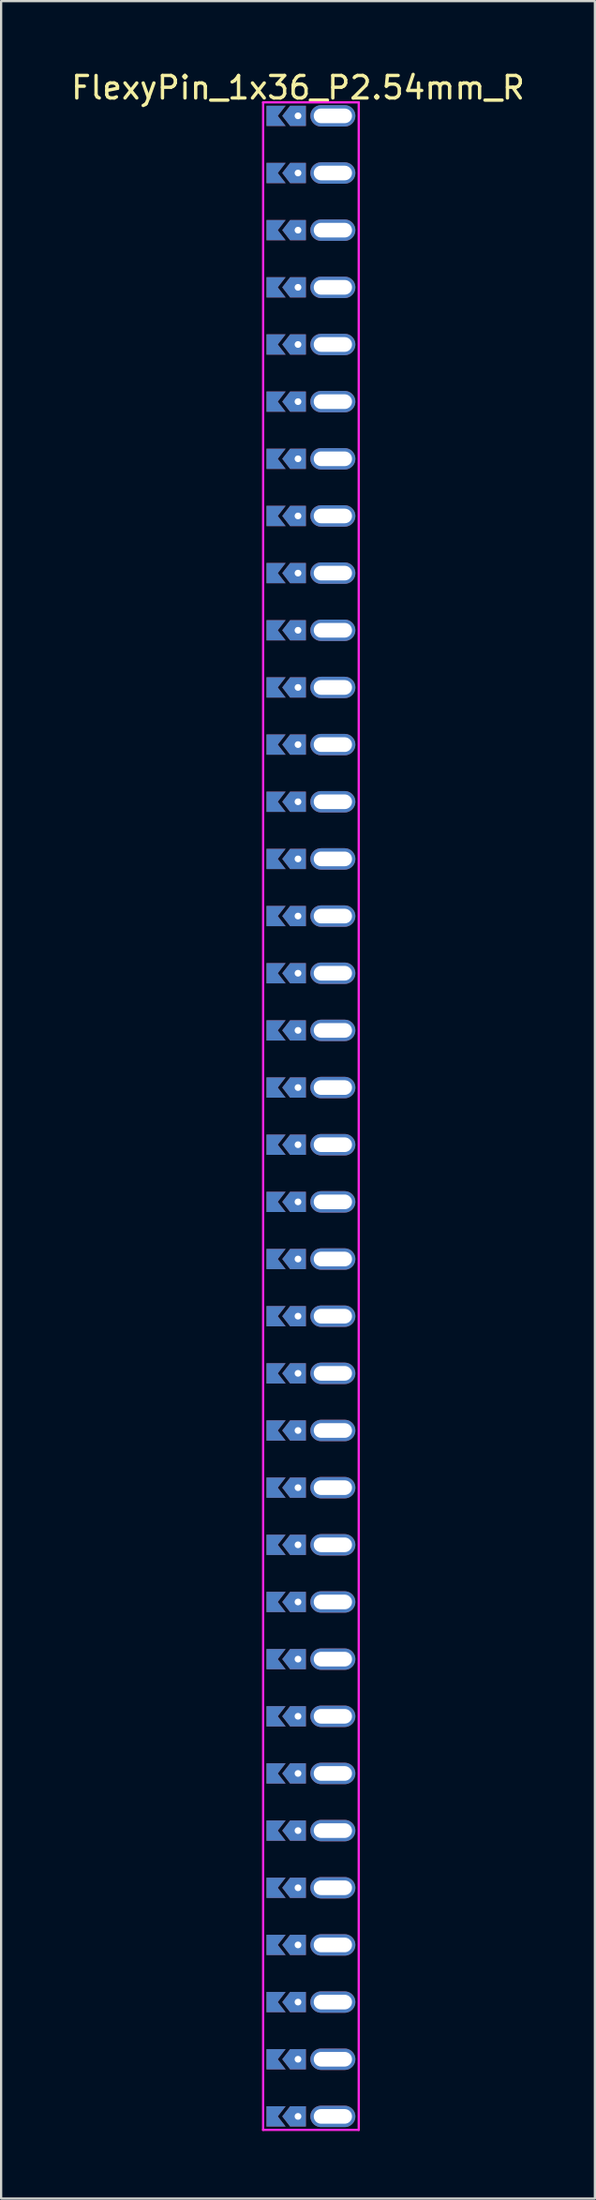
<source format=kicad_pcb>
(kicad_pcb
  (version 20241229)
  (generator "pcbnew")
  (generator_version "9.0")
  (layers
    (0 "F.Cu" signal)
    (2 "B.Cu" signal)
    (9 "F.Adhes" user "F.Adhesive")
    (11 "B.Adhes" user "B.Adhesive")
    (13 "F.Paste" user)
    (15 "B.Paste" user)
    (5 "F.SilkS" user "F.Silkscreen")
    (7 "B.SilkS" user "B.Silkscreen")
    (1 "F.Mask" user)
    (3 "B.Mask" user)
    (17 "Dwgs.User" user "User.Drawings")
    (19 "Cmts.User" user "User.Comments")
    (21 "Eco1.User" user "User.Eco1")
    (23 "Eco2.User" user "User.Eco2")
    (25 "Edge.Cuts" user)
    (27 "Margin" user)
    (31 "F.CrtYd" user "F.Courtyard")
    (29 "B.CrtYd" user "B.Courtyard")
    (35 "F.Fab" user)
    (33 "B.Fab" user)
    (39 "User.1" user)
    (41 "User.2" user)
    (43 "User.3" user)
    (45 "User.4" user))
  (footprint "FlexyPin_1x36_P2.54mm_R"
    (layer "F.Cu")
    (at 10.196 2.098)
    (property "Reference" "FlexyPin_1x36_P2.54mm_R" (at 0 -1.25 0) (layer "F.SilkS") (effects (font (size 1 1) (thickness 0.15))))
    (attr through_hole)
    (fp_line (start -1.55 -0.6) (end 2.7 -0.6) (stroke (width 0.1) (type solid)) (layer "F.CrtYd"))
    (fp_line (start -1.55 89.5) (end -1.55 -0.6) (stroke (width 0.1) (type solid)) (layer "F.CrtYd"))
    (fp_line (start 2.7 -0.6) (end 2.7 89.5) (stroke (width 0.1) (type solid)) (layer "F.CrtYd"))
    (fp_line (start 2.7 89.5) (end -1.55 89.5) (stroke (width 0.1) (type solid)) (layer "F.CrtYd"))
    (pad "" thru_hole custom (at 0 0) (size 0.3 0.3) (drill 0.6) (layers "*.Cu" "*.Mask") (options (anchor rect)) (primitives (gr_poly (pts (xy 0.35 0.45) (xy 0.35 -0.45) (xy -0.35 -0.45) (xy -0.7 0) (xy -0.35 0.45)) (width 0) (fill yes))))
    (pad "" thru_hole custom (at 0 2.54) (size 0.3 0.3) (drill 0.6) (layers "*.Cu" "*.Mask") (options (anchor rect)) (primitives (gr_poly (pts (xy 0.35 0.45) (xy 0.35 -0.45) (xy -0.35 -0.45) (xy -0.7 0) (xy -0.35 0.45)) (width 0) (fill yes))))
    (pad "" thru_hole custom (at 0 5.08) (size 0.3 0.3) (drill 0.6) (layers "*.Cu" "*.Mask") (options (anchor rect)) (primitives (gr_poly (pts (xy 0.35 0.45) (xy 0.35 -0.45) (xy -0.35 -0.45) (xy -0.7 0) (xy -0.35 0.45)) (width 0) (fill yes))))
    (pad "" thru_hole custom (at 0 7.62) (size 0.3 0.3) (drill 0.6) (layers "*.Cu" "*.Mask") (options (anchor rect)) (primitives (gr_poly (pts (xy 0.35 0.45) (xy 0.35 -0.45) (xy -0.35 -0.45) (xy -0.7 0) (xy -0.35 0.45)) (width 0) (fill yes))))
    (pad "" thru_hole custom (at 0 10.16) (size 0.3 0.3) (drill 0.6) (layers "*.Cu" "*.Mask") (options (anchor rect)) (primitives (gr_poly (pts (xy 0.35 0.45) (xy 0.35 -0.45) (xy -0.35 -0.45) (xy -0.7 0) (xy -0.35 0.45)) (width 0) (fill yes))))
    (pad "" thru_hole custom (at 0 12.7) (size 0.3 0.3) (drill 0.6) (layers "*.Cu" "*.Mask") (options (anchor rect)) (primitives (gr_poly (pts (xy 0.35 0.45) (xy 0.35 -0.45) (xy -0.35 -0.45) (xy -0.7 0) (xy -0.35 0.45)) (width 0) (fill yes))))
    (pad "" thru_hole custom (at 0 15.24) (size 0.3 0.3) (drill 0.6) (layers "*.Cu" "*.Mask") (options (anchor rect)) (primitives (gr_poly (pts (xy 0.35 0.45) (xy 0.35 -0.45) (xy -0.35 -0.45) (xy -0.7 0) (xy -0.35 0.45)) (width 0) (fill yes))))
    (pad "" thru_hole custom (at 0 17.78) (size 0.3 0.3) (drill 0.6) (layers "*.Cu" "*.Mask") (options (anchor rect)) (primitives (gr_poly (pts (xy 0.35 0.45) (xy 0.35 -0.45) (xy -0.35 -0.45) (xy -0.7 0) (xy -0.35 0.45)) (width 0) (fill yes))))
    (pad "" thru_hole custom (at 0 20.32) (size 0.3 0.3) (drill 0.6) (layers "*.Cu" "*.Mask") (options (anchor rect)) (primitives (gr_poly (pts (xy 0.35 0.45) (xy 0.35 -0.45) (xy -0.35 -0.45) (xy -0.7 0) (xy -0.35 0.45)) (width 0) (fill yes))))
    (pad "" thru_hole custom (at 0 22.86) (size 0.3 0.3) (drill 0.6) (layers "*.Cu" "*.Mask") (options (anchor rect)) (primitives (gr_poly (pts (xy 0.35 0.45) (xy 0.35 -0.45) (xy -0.35 -0.45) (xy -0.7 0) (xy -0.35 0.45)) (width 0) (fill yes))))
    (pad "" thru_hole custom (at 0 25.4) (size 0.3 0.3) (drill 0.6) (layers "*.Cu" "*.Mask") (options (anchor rect)) (primitives (gr_poly (pts (xy 0.35 0.45) (xy 0.35 -0.45) (xy -0.35 -0.45) (xy -0.7 0) (xy -0.35 0.45)) (width 0) (fill yes))))
    (pad "" thru_hole custom (at 0 27.94) (size 0.3 0.3) (drill 0.6) (layers "*.Cu" "*.Mask") (options (anchor rect)) (primitives (gr_poly (pts (xy 0.35 0.45) (xy 0.35 -0.45) (xy -0.35 -0.45) (xy -0.7 0) (xy -0.35 0.45)) (width 0) (fill yes))))
    (pad "" thru_hole custom (at 0 30.48) (size 0.3 0.3) (drill 0.6) (layers "*.Cu" "*.Mask") (options (anchor rect)) (primitives (gr_poly (pts (xy 0.35 0.45) (xy 0.35 -0.45) (xy -0.35 -0.45) (xy -0.7 0) (xy -0.35 0.45)) (width 0) (fill yes))))
    (pad "" thru_hole custom (at 0 33.02) (size 0.3 0.3) (drill 0.6) (layers "*.Cu" "*.Mask") (options (anchor rect)) (primitives (gr_poly (pts (xy 0.35 0.45) (xy 0.35 -0.45) (xy -0.35 -0.45) (xy -0.7 0) (xy -0.35 0.45)) (width 0) (fill yes))))
    (pad "" thru_hole custom (at 0 35.56) (size 0.3 0.3) (drill 0.6) (layers "*.Cu" "*.Mask") (options (anchor rect)) (primitives (gr_poly (pts (xy 0.35 0.45) (xy 0.35 -0.45) (xy -0.35 -0.45) (xy -0.7 0) (xy -0.35 0.45)) (width 0) (fill yes))))
    (pad "" thru_hole custom (at 0 38.1) (size 0.3 0.3) (drill 0.6) (layers "*.Cu" "*.Mask") (options (anchor rect)) (primitives (gr_poly (pts (xy 0.35 0.45) (xy 0.35 -0.45) (xy -0.35 -0.45) (xy -0.7 0) (xy -0.35 0.45)) (width 0) (fill yes))))
    (pad "" thru_hole custom (at 0 40.64) (size 0.3 0.3) (drill 0.6) (layers "*.Cu" "*.Mask") (options (anchor rect)) (primitives (gr_poly (pts (xy 0.35 0.45) (xy 0.35 -0.45) (xy -0.35 -0.45) (xy -0.7 0) (xy -0.35 0.45)) (width 0) (fill yes))))
    (pad "" thru_hole custom (at 0 43.18) (size 0.3 0.3) (drill 0.6) (layers "*.Cu" "*.Mask") (options (anchor rect)) (primitives (gr_poly (pts (xy 0.35 0.45) (xy 0.35 -0.45) (xy -0.35 -0.45) (xy -0.7 0) (xy -0.35 0.45)) (width 0) (fill yes))))
    (pad "" thru_hole custom (at 0 45.72) (size 0.3 0.3) (drill 0.6) (layers "*.Cu" "*.Mask") (options (anchor rect)) (primitives (gr_poly (pts (xy 0.35 0.45) (xy 0.35 -0.45) (xy -0.35 -0.45) (xy -0.7 0) (xy -0.35 0.45)) (width 0) (fill yes))))
    (pad "" thru_hole custom (at 0 48.26) (size 0.3 0.3) (drill 0.6) (layers "*.Cu" "*.Mask") (options (anchor rect)) (primitives (gr_poly (pts (xy 0.35 0.45) (xy 0.35 -0.45) (xy -0.35 -0.45) (xy -0.7 0) (xy -0.35 0.45)) (width 0) (fill yes))))
    (pad "" thru_hole custom (at 0 50.8) (size 0.3 0.3) (drill 0.6) (layers "*.Cu" "*.Mask") (options (anchor rect)) (primitives (gr_poly (pts (xy 0.35 0.45) (xy 0.35 -0.45) (xy -0.35 -0.45) (xy -0.7 0) (xy -0.35 0.45)) (width 0) (fill yes))))
    (pad "" thru_hole custom (at 0 53.34) (size 0.3 0.3) (drill 0.6) (layers "*.Cu" "*.Mask") (options (anchor rect)) (primitives (gr_poly (pts (xy 0.35 0.45) (xy 0.35 -0.45) (xy -0.35 -0.45) (xy -0.7 0) (xy -0.35 0.45)) (width 0) (fill yes))))
    (pad "" thru_hole custom (at 0 55.88) (size 0.3 0.3) (drill 0.6) (layers "*.Cu" "*.Mask") (options (anchor rect)) (primitives (gr_poly (pts (xy 0.35 0.45) (xy 0.35 -0.45) (xy -0.35 -0.45) (xy -0.7 0) (xy -0.35 0.45)) (width 0) (fill yes))))
    (pad "" thru_hole custom (at 0 58.42) (size 0.3 0.3) (drill 0.6) (layers "*.Cu" "*.Mask") (options (anchor rect)) (primitives (gr_poly (pts (xy 0.35 0.45) (xy 0.35 -0.45) (xy -0.35 -0.45) (xy -0.7 0) (xy -0.35 0.45)) (width 0) (fill yes))))
    (pad "" thru_hole custom (at 0 60.96) (size 0.3 0.3) (drill 0.6) (layers "*.Cu" "*.Mask") (options (anchor rect)) (primitives (gr_poly (pts (xy 0.35 0.45) (xy 0.35 -0.45) (xy -0.35 -0.45) (xy -0.7 0) (xy -0.35 0.45)) (width 0) (fill yes))))
    (pad "" thru_hole custom (at 0 63.5) (size 0.3 0.3) (drill 0.6) (layers "*.Cu" "*.Mask") (options (anchor rect)) (primitives (gr_poly (pts (xy 0.35 0.45) (xy 0.35 -0.45) (xy -0.35 -0.45) (xy -0.7 0) (xy -0.35 0.45)) (width 0) (fill yes))))
    (pad "" thru_hole custom (at 0 66.04) (size 0.3 0.3) (drill 0.6) (layers "*.Cu" "*.Mask") (options (anchor rect)) (primitives (gr_poly (pts (xy 0.35 0.45) (xy 0.35 -0.45) (xy -0.35 -0.45) (xy -0.7 0) (xy -0.35 0.45)) (width 0) (fill yes))))
    (pad "" thru_hole custom (at 0 68.58) (size 0.3 0.3) (drill 0.6) (layers "*.Cu" "*.Mask") (options (anchor rect)) (primitives (gr_poly (pts (xy 0.35 0.45) (xy 0.35 -0.45) (xy -0.35 -0.45) (xy -0.7 0) (xy -0.35 0.45)) (width 0) (fill yes))))
    (pad "" thru_hole custom (at 0 71.12) (size 0.3 0.3) (drill 0.6) (layers "*.Cu" "*.Mask") (options (anchor rect)) (primitives (gr_poly (pts (xy 0.35 0.45) (xy 0.35 -0.45) (xy -0.35 -0.45) (xy -0.7 0) (xy -0.35 0.45)) (width 0) (fill yes))))
    (pad "" thru_hole custom (at 0 73.66) (size 0.3 0.3) (drill 0.6) (layers "*.Cu" "*.Mask") (options (anchor rect)) (primitives (gr_poly (pts (xy 0.35 0.45) (xy 0.35 -0.45) (xy -0.35 -0.45) (xy -0.7 0) (xy -0.35 0.45)) (width 0) (fill yes))))
    (pad "" thru_hole custom (at 0 76.2) (size 0.3 0.3) (drill 0.6) (layers "*.Cu" "*.Mask") (options (anchor rect)) (primitives (gr_poly (pts (xy 0.35 0.45) (xy 0.35 -0.45) (xy -0.35 -0.45) (xy -0.7 0) (xy -0.35 0.45)) (width 0) (fill yes))))
    (pad "" thru_hole custom (at 0 78.74) (size 0.3 0.3) (drill 0.6) (layers "*.Cu" "*.Mask") (options (anchor rect)) (primitives (gr_poly (pts (xy 0.35 0.45) (xy 0.35 -0.45) (xy -0.35 -0.45) (xy -0.7 0) (xy -0.35 0.45)) (width 0) (fill yes))))
    (pad "" thru_hole custom (at 0 81.28) (size 0.3 0.3) (drill 0.6) (layers "*.Cu" "*.Mask") (options (anchor rect)) (primitives (gr_poly (pts (xy 0.35 0.45) (xy 0.35 -0.45) (xy -0.35 -0.45) (xy -0.7 0) (xy -0.35 0.45)) (width 0) (fill yes))))
    (pad "" thru_hole custom (at 0 83.82) (size 0.3 0.3) (drill 0.6) (layers "*.Cu" "*.Mask") (options (anchor rect)) (primitives (gr_poly (pts (xy 0.35 0.45) (xy 0.35 -0.45) (xy -0.35 -0.45) (xy -0.7 0) (xy -0.35 0.45)) (width 0) (fill yes))))
    (pad "" thru_hole custom (at 0 86.36) (size 0.3 0.3) (drill 0.6) (layers "*.Cu" "*.Mask") (options (anchor rect)) (primitives (gr_poly (pts (xy 0.35 0.45) (xy 0.35 -0.45) (xy -0.35 -0.45) (xy -0.7 0) (xy -0.35 0.45)) (width 0) (fill yes))))
    (pad "" thru_hole custom (at 0 88.9) (size 0.3 0.3) (drill 0.6) (layers "*.Cu" "*.Mask") (options (anchor rect)) (primitives (gr_poly (pts (xy 0.35 0.45) (xy 0.35 -0.45) (xy -0.35 -0.45) (xy -0.7 0) (xy -0.35 0.45)) (width 0) (fill yes))))
    (pad "" thru_hole oval (at 1.55 0) (size 2 0.95) (drill oval 1.7 0.65) (layers "*.Cu" "*.Mask"))
    (pad "" thru_hole oval (at 1.55 2.54) (size 2 0.95) (drill oval 1.7 0.65) (layers "*.Cu" "*.Mask"))
    (pad "" thru_hole oval (at 1.55 5.08) (size 2 0.95) (drill oval 1.7 0.65) (layers "*.Cu" "*.Mask"))
    (pad "" thru_hole oval (at 1.55 7.62) (size 2 0.95) (drill oval 1.7 0.65) (layers "*.Cu" "*.Mask"))
    (pad "" thru_hole oval (at 1.55 10.16) (size 2 0.95) (drill oval 1.7 0.65) (layers "*.Cu" "*.Mask"))
    (pad "" thru_hole oval (at 1.55 12.7) (size 2 0.95) (drill oval 1.7 0.65) (layers "*.Cu" "*.Mask"))
    (pad "" thru_hole oval (at 1.55 15.24) (size 2 0.95) (drill oval 1.7 0.65) (layers "*.Cu" "*.Mask"))
    (pad "" thru_hole oval (at 1.55 17.78) (size 2 0.95) (drill oval 1.7 0.65) (layers "*.Cu" "*.Mask"))
    (pad "" thru_hole oval (at 1.55 20.32) (size 2 0.95) (drill oval 1.7 0.65) (layers "*.Cu" "*.Mask"))
    (pad "" thru_hole oval (at 1.55 22.86) (size 2 0.95) (drill oval 1.7 0.65) (layers "*.Cu" "*.Mask"))
    (pad "" thru_hole oval (at 1.55 25.4) (size 2 0.95) (drill oval 1.7 0.65) (layers "*.Cu" "*.Mask"))
    (pad "" thru_hole oval (at 1.55 27.94) (size 2 0.95) (drill oval 1.7 0.65) (layers "*.Cu" "*.Mask"))
    (pad "" thru_hole oval (at 1.55 30.48) (size 2 0.95) (drill oval 1.7 0.65) (layers "*.Cu" "*.Mask"))
    (pad "" thru_hole oval (at 1.55 33.02) (size 2 0.95) (drill oval 1.7 0.65) (layers "*.Cu" "*.Mask"))
    (pad "" thru_hole oval (at 1.55 35.56) (size 2 0.95) (drill oval 1.7 0.65) (layers "*.Cu" "*.Mask"))
    (pad "" thru_hole oval (at 1.55 38.1) (size 2 0.95) (drill oval 1.7 0.65) (layers "*.Cu" "*.Mask"))
    (pad "" thru_hole oval (at 1.55 40.64) (size 2 0.95) (drill oval 1.7 0.65) (layers "*.Cu" "*.Mask"))
    (pad "" thru_hole oval (at 1.55 43.18) (size 2 0.95) (drill oval 1.7 0.65) (layers "*.Cu" "*.Mask"))
    (pad "" thru_hole oval (at 1.55 45.72) (size 2 0.95) (drill oval 1.7 0.65) (layers "*.Cu" "*.Mask"))
    (pad "" thru_hole oval (at 1.55 48.26) (size 2 0.95) (drill oval 1.7 0.65) (layers "*.Cu" "*.Mask"))
    (pad "" thru_hole oval (at 1.55 50.8) (size 2 0.95) (drill oval 1.7 0.65) (layers "*.Cu" "*.Mask"))
    (pad "" thru_hole oval (at 1.55 53.34) (size 2 0.95) (drill oval 1.7 0.65) (layers "*.Cu" "*.Mask"))
    (pad "" thru_hole oval (at 1.55 55.88) (size 2 0.95) (drill oval 1.7 0.65) (layers "*.Cu" "*.Mask"))
    (pad "" thru_hole oval (at 1.55 58.42) (size 2 0.95) (drill oval 1.7 0.65) (layers "*.Cu" "*.Mask"))
    (pad "" thru_hole oval (at 1.55 60.96) (size 2 0.95) (drill oval 1.7 0.65) (layers "*.Cu" "*.Mask"))
    (pad "" thru_hole oval (at 1.55 63.5) (size 2 0.95) (drill oval 1.7 0.65) (layers "*.Cu" "*.Mask"))
    (pad "" thru_hole oval (at 1.55 66.04) (size 2 0.95) (drill oval 1.7 0.65) (layers "*.Cu" "*.Mask"))
    (pad "" thru_hole oval (at 1.55 68.58) (size 2 0.95) (drill oval 1.7 0.65) (layers "*.Cu" "*.Mask"))
    (pad "" thru_hole oval (at 1.55 71.12) (size 2 0.95) (drill oval 1.7 0.65) (layers "*.Cu" "*.Mask"))
    (pad "" thru_hole oval (at 1.55 73.66) (size 2 0.95) (drill oval 1.7 0.65) (layers "*.Cu" "*.Mask"))
    (pad "" thru_hole oval (at 1.55 76.2) (size 2 0.95) (drill oval 1.7 0.65) (layers "*.Cu" "*.Mask"))
    (pad "" thru_hole oval (at 1.55 78.74) (size 2 0.95) (drill oval 1.7 0.65) (layers "*.Cu" "*.Mask"))
    (pad "" thru_hole oval (at 1.55 81.28) (size 2 0.95) (drill oval 1.7 0.65) (layers "*.Cu" "*.Mask"))
    (pad "" thru_hole oval (at 1.55 83.82) (size 2 0.95) (drill oval 1.7 0.65) (layers "*.Cu" "*.Mask"))
    (pad "" thru_hole oval (at 1.55 86.36) (size 2 0.95) (drill oval 1.7 0.65) (layers "*.Cu" "*.Mask"))
    (pad "" thru_hole oval (at 1.55 88.9) (size 2 0.95) (drill oval 1.7 0.65) (layers "*.Cu" "*.Mask"))
    (pad "1" smd custom (at -0.9 0) (size 0.01 0.01) (layers "F.Cu" "F.Mask") (options (anchor rect)) (primitives (gr_poly (pts (xy 0 0) (xy 0.35 0.45) (xy -0.5 0.45) (xy -0.5 -0.45) (xy 0.35 -0.45)) (width 0) (fill yes))))
    (pad "2" smd custom (at -0.9 2.54) (size 0.01 0.01) (layers "F.Cu" "F.Mask") (options (anchor rect)) (primitives (gr_poly (pts (xy 0 0) (xy 0.35 0.45) (xy -0.5 0.45) (xy -0.5 -0.45) (xy 0.35 -0.45)) (width 0) (fill yes))))
    (pad "3" smd custom (at -0.9 5.08) (size 0.01 0.01) (layers "F.Cu" "F.Mask") (options (anchor rect)) (primitives (gr_poly (pts (xy 0 0) (xy 0.35 0.45) (xy -0.5 0.45) (xy -0.5 -0.45) (xy 0.35 -0.45)) (width 0) (fill yes))))
    (pad "4" smd custom (at -0.9 7.62) (size 0.01 0.01) (layers "F.Cu" "F.Mask") (options (anchor rect)) (primitives (gr_poly (pts (xy 0 0) (xy 0.35 0.45) (xy -0.5 0.45) (xy -0.5 -0.45) (xy 0.35 -0.45)) (width 0) (fill yes))))
    (pad "5" smd custom (at -0.9 10.16) (size 0.01 0.01) (layers "F.Cu" "F.Mask") (options (anchor rect)) (primitives (gr_poly (pts (xy 0 0) (xy 0.35 0.45) (xy -0.5 0.45) (xy -0.5 -0.45) (xy 0.35 -0.45)) (width 0) (fill yes))))
    (pad "6" smd custom (at -0.9 12.7) (size 0.01 0.01) (layers "F.Cu" "F.Mask") (options (anchor rect)) (primitives (gr_poly (pts (xy 0 0) (xy 0.35 0.45) (xy -0.5 0.45) (xy -0.5 -0.45) (xy 0.35 -0.45)) (width 0) (fill yes))))
    (pad "7" smd custom (at -0.9 15.24) (size 0.01 0.01) (layers "F.Cu" "F.Mask") (options (anchor rect)) (primitives (gr_poly (pts (xy 0 0) (xy 0.35 0.45) (xy -0.5 0.45) (xy -0.5 -0.45) (xy 0.35 -0.45)) (width 0) (fill yes))))
    (pad "8" smd custom (at -0.9 17.78) (size 0.01 0.01) (layers "F.Cu" "F.Mask") (options (anchor rect)) (primitives (gr_poly (pts (xy 0 0) (xy 0.35 0.45) (xy -0.5 0.45) (xy -0.5 -0.45) (xy 0.35 -0.45)) (width 0) (fill yes))))
    (pad "9" smd custom (at -0.9 20.32) (size 0.01 0.01) (layers "F.Cu" "F.Mask") (options (anchor rect)) (primitives (gr_poly (pts (xy 0 0) (xy 0.35 0.45) (xy -0.5 0.45) (xy -0.5 -0.45) (xy 0.35 -0.45)) (width 0) (fill yes))))
    (pad "10" smd custom (at -0.9 22.86) (size 0.01 0.01) (layers "F.Cu" "F.Mask") (options (anchor rect)) (primitives (gr_poly (pts (xy 0 0) (xy 0.35 0.45) (xy -0.5 0.45) (xy -0.5 -0.45) (xy 0.35 -0.45)) (width 0) (fill yes))))
    (pad "11" smd custom (at -0.9 25.4) (size 0.01 0.01) (layers "F.Cu" "F.Mask") (options (anchor rect)) (primitives (gr_poly (pts (xy 0 0) (xy 0.35 0.45) (xy -0.5 0.45) (xy -0.5 -0.45) (xy 0.35 -0.45)) (width 0) (fill yes))))
    (pad "12" smd custom (at -0.9 27.94) (size 0.01 0.01) (layers "F.Cu" "F.Mask") (options (anchor rect)) (primitives (gr_poly (pts (xy 0 0) (xy 0.35 0.45) (xy -0.5 0.45) (xy -0.5 -0.45) (xy 0.35 -0.45)) (width 0) (fill yes))))
    (pad "13" smd custom (at -0.9 30.48) (size 0.01 0.01) (layers "F.Cu" "F.Mask") (options (anchor rect)) (primitives (gr_poly (pts (xy 0 0) (xy 0.35 0.45) (xy -0.5 0.45) (xy -0.5 -0.45) (xy 0.35 -0.45)) (width 0) (fill yes))))
    (pad "14" smd custom (at -0.9 33.02) (size 0.01 0.01) (layers "F.Cu" "F.Mask") (options (anchor rect)) (primitives (gr_poly (pts (xy 0 0) (xy 0.35 0.45) (xy -0.5 0.45) (xy -0.5 -0.45) (xy 0.35 -0.45)) (width 0) (fill yes))))
    (pad "15" smd custom (at -0.9 35.56) (size 0.01 0.01) (layers "F.Cu" "F.Mask") (options (anchor rect)) (primitives (gr_poly (pts (xy 0 0) (xy 0.35 0.45) (xy -0.5 0.45) (xy -0.5 -0.45) (xy 0.35 -0.45)) (width 0) (fill yes))))
    (pad "16" smd custom (at -0.9 38.1) (size 0.01 0.01) (layers "F.Cu" "F.Mask") (options (anchor rect)) (primitives (gr_poly (pts (xy 0 0) (xy 0.35 0.45) (xy -0.5 0.45) (xy -0.5 -0.45) (xy 0.35 -0.45)) (width 0) (fill yes))))
    (pad "17" smd custom (at -0.9 40.64) (size 0.01 0.01) (layers "F.Cu" "F.Mask") (options (anchor rect)) (primitives (gr_poly (pts (xy 0 0) (xy 0.35 0.45) (xy -0.5 0.45) (xy -0.5 -0.45) (xy 0.35 -0.45)) (width 0) (fill yes))))
    (pad "18" smd custom (at -0.9 43.18) (size 0.01 0.01) (layers "F.Cu" "F.Mask") (options (anchor rect)) (primitives (gr_poly (pts (xy 0 0) (xy 0.35 0.45) (xy -0.5 0.45) (xy -0.5 -0.45) (xy 0.35 -0.45)) (width 0) (fill yes))))
    (pad "19" smd custom (at -0.9 45.72) (size 0.01 0.01) (layers "F.Cu" "F.Mask") (options (anchor rect)) (primitives (gr_poly (pts (xy 0 0) (xy 0.35 0.45) (xy -0.5 0.45) (xy -0.5 -0.45) (xy 0.35 -0.45)) (width 0) (fill yes))))
    (pad "20" smd custom (at -0.9 48.26) (size 0.01 0.01) (layers "F.Cu" "F.Mask") (options (anchor rect)) (primitives (gr_poly (pts (xy 0 0) (xy 0.35 0.45) (xy -0.5 0.45) (xy -0.5 -0.45) (xy 0.35 -0.45)) (width 0) (fill yes))))
    (pad "21" smd custom (at -0.9 50.8) (size 0.01 0.01) (layers "F.Cu" "F.Mask") (options (anchor rect)) (primitives (gr_poly (pts (xy 0 0) (xy 0.35 0.45) (xy -0.5 0.45) (xy -0.5 -0.45) (xy 0.35 -0.45)) (width 0) (fill yes))))
    (pad "22" smd custom (at -0.9 53.34) (size 0.01 0.01) (layers "F.Cu" "F.Mask") (options (anchor rect)) (primitives (gr_poly (pts (xy 0 0) (xy 0.35 0.45) (xy -0.5 0.45) (xy -0.5 -0.45) (xy 0.35 -0.45)) (width 0) (fill yes))))
    (pad "23" smd custom (at -0.9 55.88) (size 0.01 0.01) (layers "F.Cu" "F.Mask") (options (anchor rect)) (primitives (gr_poly (pts (xy 0 0) (xy 0.35 0.45) (xy -0.5 0.45) (xy -0.5 -0.45) (xy 0.35 -0.45)) (width 0) (fill yes))))
    (pad "24" smd custom (at -0.9 58.42) (size 0.01 0.01) (layers "F.Cu" "F.Mask") (options (anchor rect)) (primitives (gr_poly (pts (xy 0 0) (xy 0.35 0.45) (xy -0.5 0.45) (xy -0.5 -0.45) (xy 0.35 -0.45)) (width 0) (fill yes))))
    (pad "25" smd custom (at -0.9 60.96) (size 0.01 0.01) (layers "F.Cu" "F.Mask") (options (anchor rect)) (primitives (gr_poly (pts (xy 0 0) (xy 0.35 0.45) (xy -0.5 0.45) (xy -0.5 -0.45) (xy 0.35 -0.45)) (width 0) (fill yes))))
    (pad "26" smd custom (at -0.9 63.5) (size 0.01 0.01) (layers "F.Cu" "F.Mask") (options (anchor rect)) (primitives (gr_poly (pts (xy 0 0) (xy 0.35 0.45) (xy -0.5 0.45) (xy -0.5 -0.45) (xy 0.35 -0.45)) (width 0) (fill yes))))
    (pad "27" smd custom (at -0.9 66.04) (size 0.01 0.01) (layers "F.Cu" "F.Mask") (options (anchor rect)) (primitives (gr_poly (pts (xy 0 0) (xy 0.35 0.45) (xy -0.5 0.45) (xy -0.5 -0.45) (xy 0.35 -0.45)) (width 0) (fill yes))))
    (pad "28" smd custom (at -0.9 68.58) (size 0.01 0.01) (layers "F.Cu" "F.Mask") (options (anchor rect)) (primitives (gr_poly (pts (xy 0 0) (xy 0.35 0.45) (xy -0.5 0.45) (xy -0.5 -0.45) (xy 0.35 -0.45)) (width 0) (fill yes))))
    (pad "29" smd custom (at -0.9 71.12) (size 0.01 0.01) (layers "F.Cu" "F.Mask") (options (anchor rect)) (primitives (gr_poly (pts (xy 0 0) (xy 0.35 0.45) (xy -0.5 0.45) (xy -0.5 -0.45) (xy 0.35 -0.45)) (width 0) (fill yes))))
    (pad "30" smd custom (at -0.9 73.66) (size 0.01 0.01) (layers "F.Cu" "F.Mask") (options (anchor rect)) (primitives (gr_poly (pts (xy 0 0) (xy 0.35 0.45) (xy -0.5 0.45) (xy -0.5 -0.45) (xy 0.35 -0.45)) (width 0) (fill yes))))
    (pad "31" smd custom (at -0.9 76.2) (size 0.01 0.01) (layers "F.Cu" "F.Mask") (options (anchor rect)) (primitives (gr_poly (pts (xy 0 0) (xy 0.35 0.45) (xy -0.5 0.45) (xy -0.5 -0.45) (xy 0.35 -0.45)) (width 0) (fill yes))))
    (pad "32" smd custom (at -0.9 78.74) (size 0.01 0.01) (layers "F.Cu" "F.Mask") (options (anchor rect)) (primitives (gr_poly (pts (xy 0 0) (xy 0.35 0.45) (xy -0.5 0.45) (xy -0.5 -0.45) (xy 0.35 -0.45)) (width 0) (fill yes))))
    (pad "33" smd custom (at -0.9 81.28) (size 0.01 0.01) (layers "F.Cu" "F.Mask") (options (anchor rect)) (primitives (gr_poly (pts (xy 0 0) (xy 0.35 0.45) (xy -0.5 0.45) (xy -0.5 -0.45) (xy 0.35 -0.45)) (width 0) (fill yes))))
    (pad "34" smd custom (at -0.9 83.82) (size 0.01 0.01) (layers "F.Cu" "F.Mask") (options (anchor rect)) (primitives (gr_poly (pts (xy 0 0) (xy 0.35 0.45) (xy -0.5 0.45) (xy -0.5 -0.45) (xy 0.35 -0.45)) (width 0) (fill yes))))
    (pad "35" smd custom (at -0.9 86.36) (size 0.01 0.01) (layers "F.Cu" "F.Mask") (options (anchor rect)) (primitives (gr_poly (pts (xy 0 0) (xy 0.35 0.45) (xy -0.5 0.45) (xy -0.5 -0.45) (xy 0.35 -0.45)) (width 0) (fill yes))))
    (pad "36" smd custom (at -0.9 88.9) (size 0.01 0.01) (layers "F.Cu" "F.Mask") (options (anchor rect)) (primitives (gr_poly (pts (xy 0 0) (xy 0.35 0.45) (xy -0.5 0.45) (xy -0.5 -0.45) (xy 0.35 -0.45)) (width 0) (fill yes))))
    (pad "37" smd custom (at -0.9 0) (size 0.01 0.01) (layers "B.Cu" "B.Mask") (options (anchor rect)) (primitives (gr_poly (pts (xy 0 0) (xy 0.35 0.45) (xy -0.5 0.45) (xy -0.5 -0.45) (xy 0.35 -0.45)) (width 0) (fill yes))))
    (pad "38" smd custom (at -0.9 2.54) (size 0.01 0.01) (layers "B.Cu" "B.Mask") (options (anchor rect)) (primitives (gr_poly (pts (xy 0 0) (xy 0.35 0.45) (xy -0.5 0.45) (xy -0.5 -0.45) (xy 0.35 -0.45)) (width 0) (fill yes))))
    (pad "39" smd custom (at -0.9 5.08) (size 0.01 0.01) (layers "B.Cu" "B.Mask") (options (anchor rect)) (primitives (gr_poly (pts (xy 0 0) (xy 0.35 0.45) (xy -0.5 0.45) (xy -0.5 -0.45) (xy 0.35 -0.45)) (width 0) (fill yes))))
    (pad "40" smd custom (at -0.9 7.62) (size 0.01 0.01) (layers "B.Cu" "B.Mask") (options (anchor rect)) (primitives (gr_poly (pts (xy 0 0) (xy 0.35 0.45) (xy -0.5 0.45) (xy -0.5 -0.45) (xy 0.35 -0.45)) (width 0) (fill yes))))
    (pad "41" smd custom (at -0.9 10.16) (size 0.01 0.01) (layers "B.Cu" "B.Mask") (options (anchor rect)) (primitives (gr_poly (pts (xy 0 0) (xy 0.35 0.45) (xy -0.5 0.45) (xy -0.5 -0.45) (xy 0.35 -0.45)) (width 0) (fill yes))))
    (pad "42" smd custom (at -0.9 12.7) (size 0.01 0.01) (layers "B.Cu" "B.Mask") (options (anchor rect)) (primitives (gr_poly (pts (xy 0 0) (xy 0.35 0.45) (xy -0.5 0.45) (xy -0.5 -0.45) (xy 0.35 -0.45)) (width 0) (fill yes))))
    (pad "43" smd custom (at -0.9 15.24) (size 0.01 0.01) (layers "B.Cu" "B.Mask") (options (anchor rect)) (primitives (gr_poly (pts (xy 0 0) (xy 0.35 0.45) (xy -0.5 0.45) (xy -0.5 -0.45) (xy 0.35 -0.45)) (width 0) (fill yes))))
    (pad "44" smd custom (at -0.9 17.78) (size 0.01 0.01) (layers "B.Cu" "B.Mask") (options (anchor rect)) (primitives (gr_poly (pts (xy 0 0) (xy 0.35 0.45) (xy -0.5 0.45) (xy -0.5 -0.45) (xy 0.35 -0.45)) (width 0) (fill yes))))
    (pad "45" smd custom (at -0.9 20.32) (size 0.01 0.01) (layers "B.Cu" "B.Mask") (options (anchor rect)) (primitives (gr_poly (pts (xy 0 0) (xy 0.35 0.45) (xy -0.5 0.45) (xy -0.5 -0.45) (xy 0.35 -0.45)) (width 0) (fill yes))))
    (pad "46" smd custom (at -0.9 22.86) (size 0.01 0.01) (layers "B.Cu" "B.Mask") (options (anchor rect)) (primitives (gr_poly (pts (xy 0 0) (xy 0.35 0.45) (xy -0.5 0.45) (xy -0.5 -0.45) (xy 0.35 -0.45)) (width 0) (fill yes))))
    (pad "47" smd custom (at -0.9 25.4) (size 0.01 0.01) (layers "B.Cu" "B.Mask") (options (anchor rect)) (primitives (gr_poly (pts (xy 0 0) (xy 0.35 0.45) (xy -0.5 0.45) (xy -0.5 -0.45) (xy 0.35 -0.45)) (width 0) (fill yes))))
    (pad "48" smd custom (at -0.9 27.94) (size 0.01 0.01) (layers "B.Cu" "B.Mask") (options (anchor rect)) (primitives (gr_poly (pts (xy 0 0) (xy 0.35 0.45) (xy -0.5 0.45) (xy -0.5 -0.45) (xy 0.35 -0.45)) (width 0) (fill yes))))
    (pad "49" smd custom (at -0.9 30.48) (size 0.01 0.01) (layers "B.Cu" "B.Mask") (options (anchor rect)) (primitives (gr_poly (pts (xy 0 0) (xy 0.35 0.45) (xy -0.5 0.45) (xy -0.5 -0.45) (xy 0.35 -0.45)) (width 0) (fill yes))))
    (pad "50" smd custom (at -0.9 33.02) (size 0.01 0.01) (layers "B.Cu" "B.Mask") (options (anchor rect)) (primitives (gr_poly (pts (xy 0 0) (xy 0.35 0.45) (xy -0.5 0.45) (xy -0.5 -0.45) (xy 0.35 -0.45)) (width 0) (fill yes))))
    (pad "51" smd custom (at -0.9 35.56) (size 0.01 0.01) (layers "B.Cu" "B.Mask") (options (anchor rect)) (primitives (gr_poly (pts (xy 0 0) (xy 0.35 0.45) (xy -0.5 0.45) (xy -0.5 -0.45) (xy 0.35 -0.45)) (width 0) (fill yes))))
    (pad "52" smd custom (at -0.9 38.1) (size 0.01 0.01) (layers "B.Cu" "B.Mask") (options (anchor rect)) (primitives (gr_poly (pts (xy 0 0) (xy 0.35 0.45) (xy -0.5 0.45) (xy -0.5 -0.45) (xy 0.35 -0.45)) (width 0) (fill yes))))
    (pad "53" smd custom (at -0.9 40.64) (size 0.01 0.01) (layers "B.Cu" "B.Mask") (options (anchor rect)) (primitives (gr_poly (pts (xy 0 0) (xy 0.35 0.45) (xy -0.5 0.45) (xy -0.5 -0.45) (xy 0.35 -0.45)) (width 0) (fill yes))))
    (pad "54" smd custom (at -0.9 43.18) (size 0.01 0.01) (layers "B.Cu" "B.Mask") (options (anchor rect)) (primitives (gr_poly (pts (xy 0 0) (xy 0.35 0.45) (xy -0.5 0.45) (xy -0.5 -0.45) (xy 0.35 -0.45)) (width 0) (fill yes))))
    (pad "55" smd custom (at -0.9 45.72) (size 0.01 0.01) (layers "B.Cu" "B.Mask") (options (anchor rect)) (primitives (gr_poly (pts (xy 0 0) (xy 0.35 0.45) (xy -0.5 0.45) (xy -0.5 -0.45) (xy 0.35 -0.45)) (width 0) (fill yes))))
    (pad "56" smd custom (at -0.9 48.26) (size 0.01 0.01) (layers "B.Cu" "B.Mask") (options (anchor rect)) (primitives (gr_poly (pts (xy 0 0) (xy 0.35 0.45) (xy -0.5 0.45) (xy -0.5 -0.45) (xy 0.35 -0.45)) (width 0) (fill yes))))
    (pad "57" smd custom (at -0.9 50.8) (size 0.01 0.01) (layers "B.Cu" "B.Mask") (options (anchor rect)) (primitives (gr_poly (pts (xy 0 0) (xy 0.35 0.45) (xy -0.5 0.45) (xy -0.5 -0.45) (xy 0.35 -0.45)) (width 0) (fill yes))))
    (pad "58" smd custom (at -0.9 53.34) (size 0.01 0.01) (layers "B.Cu" "B.Mask") (options (anchor rect)) (primitives (gr_poly (pts (xy 0 0) (xy 0.35 0.45) (xy -0.5 0.45) (xy -0.5 -0.45) (xy 0.35 -0.45)) (width 0) (fill yes))))
    (pad "59" smd custom (at -0.9 55.88) (size 0.01 0.01) (layers "B.Cu" "B.Mask") (options (anchor rect)) (primitives (gr_poly (pts (xy 0 0) (xy 0.35 0.45) (xy -0.5 0.45) (xy -0.5 -0.45) (xy 0.35 -0.45)) (width 0) (fill yes))))
    (pad "60" smd custom (at -0.9 58.42) (size 0.01 0.01) (layers "B.Cu" "B.Mask") (options (anchor rect)) (primitives (gr_poly (pts (xy 0 0) (xy 0.35 0.45) (xy -0.5 0.45) (xy -0.5 -0.45) (xy 0.35 -0.45)) (width 0) (fill yes))))
    (pad "61" smd custom (at -0.9 60.96) (size 0.01 0.01) (layers "B.Cu" "B.Mask") (options (anchor rect)) (primitives (gr_poly (pts (xy 0 0) (xy 0.35 0.45) (xy -0.5 0.45) (xy -0.5 -0.45) (xy 0.35 -0.45)) (width 0) (fill yes))))
    (pad "62" smd custom (at -0.9 63.5) (size 0.01 0.01) (layers "B.Cu" "B.Mask") (options (anchor rect)) (primitives (gr_poly (pts (xy 0 0) (xy 0.35 0.45) (xy -0.5 0.45) (xy -0.5 -0.45) (xy 0.35 -0.45)) (width 0) (fill yes))))
    (pad "63" smd custom (at -0.9 66.04) (size 0.01 0.01) (layers "B.Cu" "B.Mask") (options (anchor rect)) (primitives (gr_poly (pts (xy 0 0) (xy 0.35 0.45) (xy -0.5 0.45) (xy -0.5 -0.45) (xy 0.35 -0.45)) (width 0) (fill yes))))
    (pad "64" smd custom (at -0.9 68.58) (size 0.01 0.01) (layers "B.Cu" "B.Mask") (options (anchor rect)) (primitives (gr_poly (pts (xy 0 0) (xy 0.35 0.45) (xy -0.5 0.45) (xy -0.5 -0.45) (xy 0.35 -0.45)) (width 0) (fill yes))))
    (pad "65" smd custom (at -0.9 71.12) (size 0.01 0.01) (layers "B.Cu" "B.Mask") (options (anchor rect)) (primitives (gr_poly (pts (xy 0 0) (xy 0.35 0.45) (xy -0.5 0.45) (xy -0.5 -0.45) (xy 0.35 -0.45)) (width 0) (fill yes))))
    (pad "66" smd custom (at -0.9 73.66) (size 0.01 0.01) (layers "B.Cu" "B.Mask") (options (anchor rect)) (primitives (gr_poly (pts (xy 0 0) (xy 0.35 0.45) (xy -0.5 0.45) (xy -0.5 -0.45) (xy 0.35 -0.45)) (width 0) (fill yes))))
    (pad "67" smd custom (at -0.9 76.2) (size 0.01 0.01) (layers "B.Cu" "B.Mask") (options (anchor rect)) (primitives (gr_poly (pts (xy 0 0) (xy 0.35 0.45) (xy -0.5 0.45) (xy -0.5 -0.45) (xy 0.35 -0.45)) (width 0) (fill yes))))
    (pad "68" smd custom (at -0.9 78.74) (size 0.01 0.01) (layers "B.Cu" "B.Mask") (options (anchor rect)) (primitives (gr_poly (pts (xy 0 0) (xy 0.35 0.45) (xy -0.5 0.45) (xy -0.5 -0.45) (xy 0.35 -0.45)) (width 0) (fill yes))))
    (pad "69" smd custom (at -0.9 81.28) (size 0.01 0.01) (layers "B.Cu" "B.Mask") (options (anchor rect)) (primitives (gr_poly (pts (xy 0 0) (xy 0.35 0.45) (xy -0.5 0.45) (xy -0.5 -0.45) (xy 0.35 -0.45)) (width 0) (fill yes))))
    (pad "70" smd custom (at -0.9 83.82) (size 0.01 0.01) (layers "B.Cu" "B.Mask") (options (anchor rect)) (primitives (gr_poly (pts (xy 0 0) (xy 0.35 0.45) (xy -0.5 0.45) (xy -0.5 -0.45) (xy 0.35 -0.45)) (width 0) (fill yes))))
    (pad "71" smd custom (at -0.9 86.36) (size 0.01 0.01) (layers "B.Cu" "B.Mask") (options (anchor rect)) (primitives (gr_poly (pts (xy 0 0) (xy 0.35 0.45) (xy -0.5 0.45) (xy -0.5 -0.45) (xy 0.35 -0.45)) (width 0) (fill yes))))
    (pad "72" smd custom (at -0.9 88.9) (size 0.01 0.01) (layers "B.Cu" "B.Mask") (options (anchor rect)) (primitives (gr_poly (pts (xy 0 0) (xy 0.35 0.45) (xy -0.5 0.45) (xy -0.5 -0.45) (xy 0.35 -0.45)) (width 0) (fill yes)))))
  (gr_rect
    (start -3 -3)
    (end 23.393 94.648)
    (stroke (width 0.1) (type default))
    (fill no)
    (layer "Edge.Cuts")))
</source>
